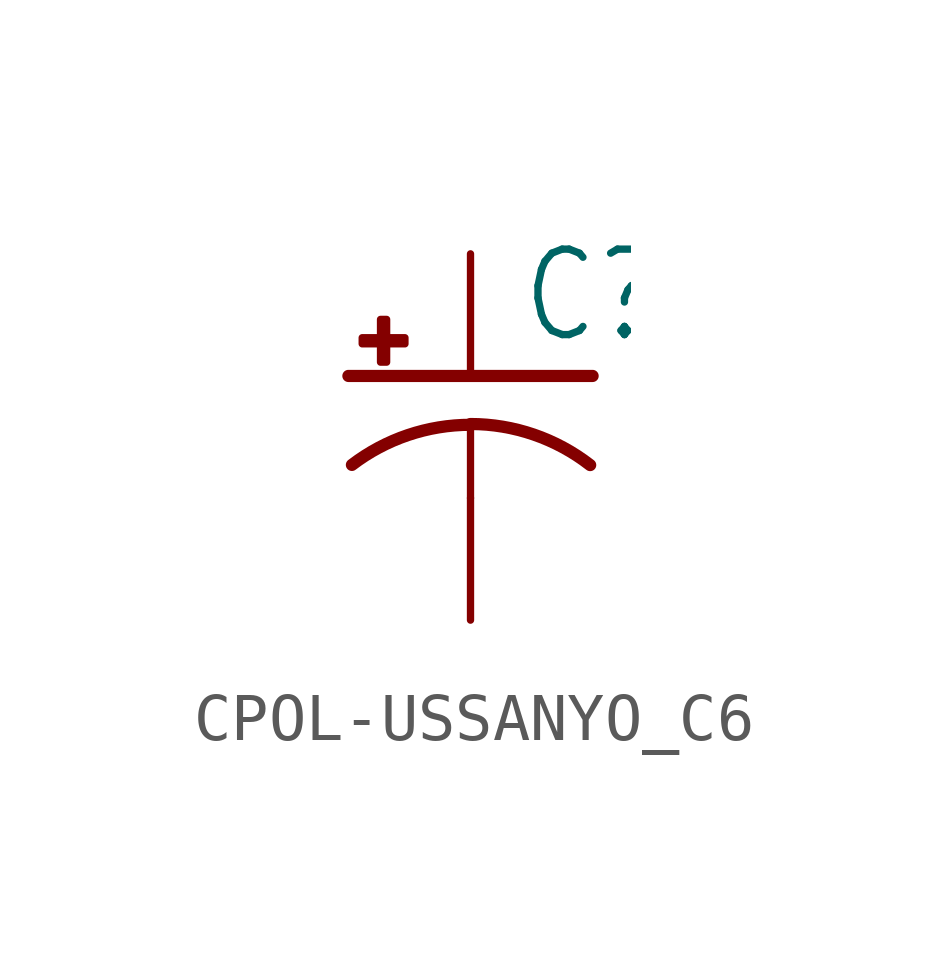
<source format=kicad_sym>
(kicad_symbol_lib
  (version 20231120)
  (generator "kicad_symbol_editor")
  (generator_version "8.0")
  (symbol "CPOL-USSANYO_C6"
    (property "Reference" "C"
      (at 1.016 0.635 0)
      (effects (font (size 1.778 1.511)) (justify left bottom)))
    (property "Value" ""
      (at 1.016 -4.191 0)
      (effects (font (size 1.778 1.511)) (justify left bottom)))
    (property "ki_locked" ""
      (at 0 0 0)
      (effects (font (size 1.27 1.27))))
    (symbol "CPOL-USSANYO_C6_1_0"
      (rectangle (start -2.253 0.668) (end -1.364 0.795) (stroke (width 0) (type default)) (fill (type outline)))
      (rectangle (start -1.872 0.287) (end -1.745 1.176) (stroke (width 0) (type default)) (fill (type outline)))
      (arc (start 0 -1.0161) (mid -1.3021 -1.2303) (end -2.4669 -1.8504) (stroke (width 0.254) (type solid)) (fill (type none)))
      (polyline (pts (xy -2.54 0) (xy 2.54 0)) (stroke (width 0.254) (type solid)) (fill (type none)))
      (polyline (pts (xy 0 -1.016) (xy 0 -2.54)) (stroke (width 0.152) (type solid)) (fill (type none)))
      (arc (start 2.4892 -1.8541) (mid 1.3158 -1.2194) (end 0 -1) (stroke (width 0.254) (type solid)) (fill (type none)))
      (pin passive line (at 0 2.54 270) (length 2.54) (name "+" (effects (font (size 0 0)))) (number "+" (effects (font (size 0 0)))))
      (pin passive line (at 0 -5.08 90) (length 2.54) (name "-" (effects (font (size 0 0)))) (number "-" (effects (font (size 0 0))))))))
</source>
